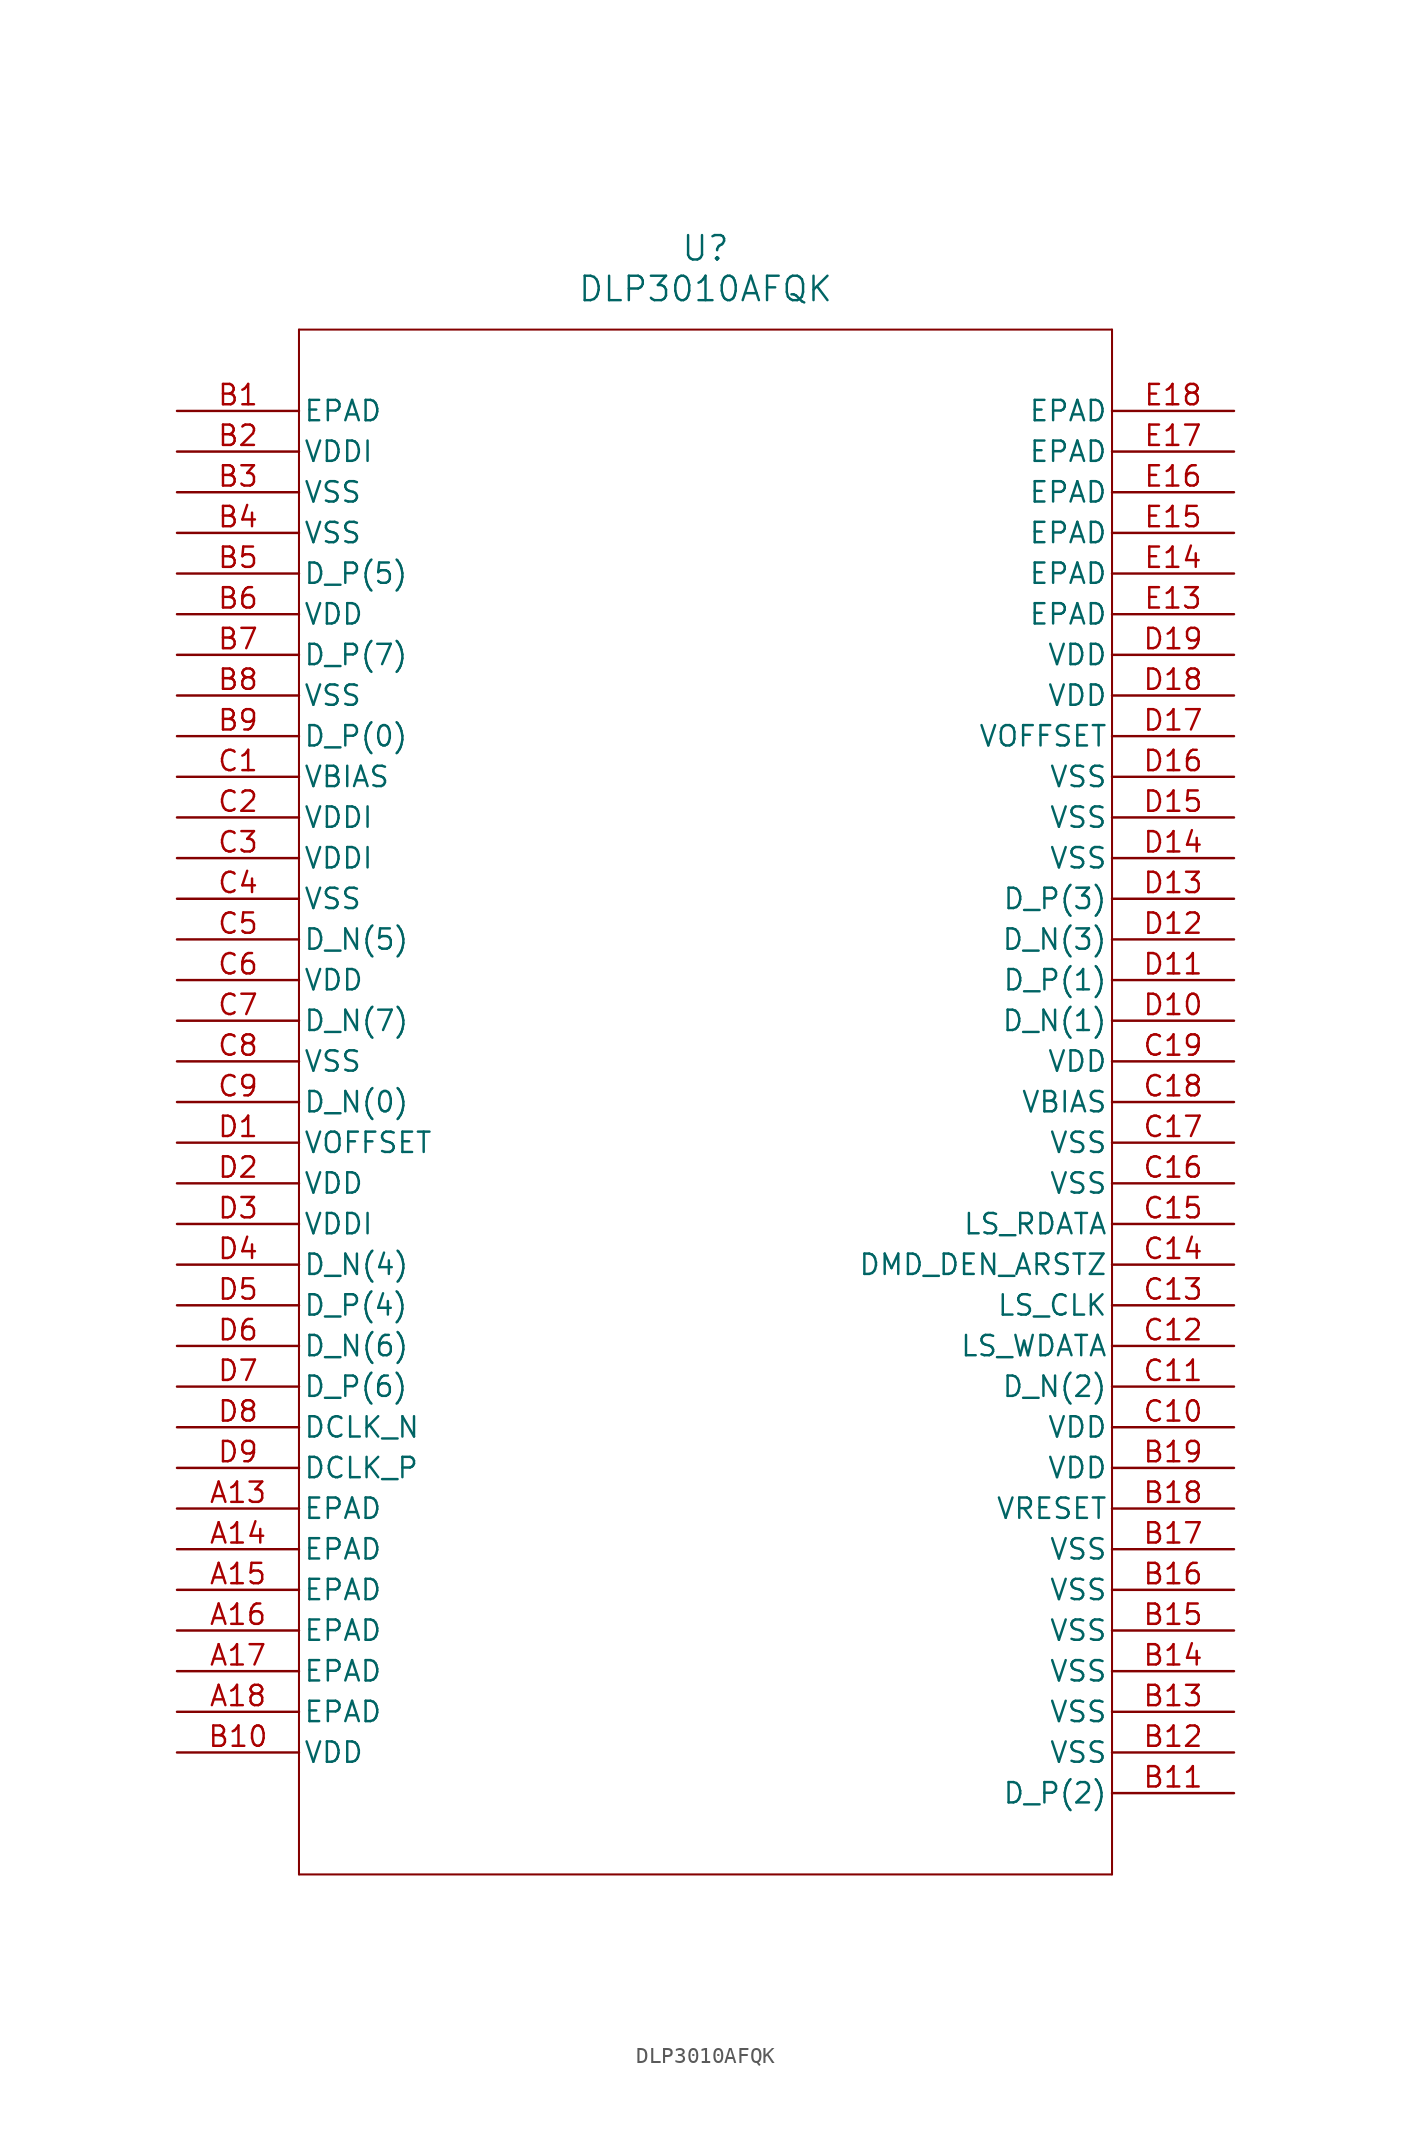
<source format=kicad_sym>
(kicad_symbol_lib
  (version 20211014)
  (generator kicad_symbol_editor)
  (symbol "DLP3010AFQK"
    (pin_names
      (offset 0.254))
    (property "Reference" "U"
      (at 33.02 10.16 0)
      (effects (font (size 1.524 1.524))))
    (property "Value" "DLP3010AFQK"
      (at 33.02 7.62 0)
      (effects (font (size 1.524 1.524))))
    (polyline
      (pts (xy 7.62 5.08) (xy 7.62 -91.44))
      (stroke (width 0.127) (type default) (color 0 0 0 0))
      (fill (type none)))
    (polyline
      (pts (xy 7.62 -91.44) (xy 58.42 -91.44))
      (stroke (width 0.127) (type default) (color 0 0 0 0))
      (fill (type none)))
    (polyline
      (pts (xy 58.42 -91.44) (xy 58.42 5.08))
      (stroke (width 0.127) (type default) (color 0 0 0 0))
      (fill (type none)))
    (polyline
      (pts (xy 58.42 5.08) (xy 7.62 5.08))
      (stroke (width 0.127) (type default) (color 0 0 0 0))
      (fill (type none)))
    (pin unspecified line
      (at 0 0 0)
      (length 7.62)
      (name "EPAD" (effects (font (size 1.27 1.27))))
      (number "B1" (effects (font (size 1.27 1.27)))))
    (pin power_in line
      (at 0 -2.54 0)
      (length 7.62)
      (name "VDDI" (effects (font (size 1.27 1.27))))
      (number "B2" (effects (font (size 1.27 1.27)))))
    (pin power_in line
      (at 0 -5.08 0)
      (length 7.62)
      (name "VSS" (effects (font (size 1.27 1.27))))
      (number "B3" (effects (font (size 1.27 1.27)))))
    (pin power_in line
      (at 0 -7.62 0)
      (length 7.62)
      (name "VSS" (effects (font (size 1.27 1.27))))
      (number "B4" (effects (font (size 1.27 1.27)))))
    (pin input line
      (at 0 -10.16 0)
      (length 7.62)
      (name "D_P(5)" (effects (font (size 1.27 1.27))))
      (number "B5" (effects (font (size 1.27 1.27)))))
    (pin power_in line
      (at 0 -12.7 0)
      (length 7.62)
      (name "VDD" (effects (font (size 1.27 1.27))))
      (number "B6" (effects (font (size 1.27 1.27)))))
    (pin input line
      (at 0 -15.24 0)
      (length 7.62)
      (name "D_P(7)" (effects (font (size 1.27 1.27))))
      (number "B7" (effects (font (size 1.27 1.27)))))
    (pin power_in line
      (at 0 -17.78 0)
      (length 7.62)
      (name "VSS" (effects (font (size 1.27 1.27))))
      (number "B8" (effects (font (size 1.27 1.27)))))
    (pin input line
      (at 0 -20.32 0)
      (length 7.62)
      (name "D_P(0)" (effects (font (size 1.27 1.27))))
      (number "B9" (effects (font (size 1.27 1.27)))))
    (pin power_in line
      (at 0 -22.86 0)
      (length 7.62)
      (name "VBIAS" (effects (font (size 1.27 1.27))))
      (number "C1" (effects (font (size 1.27 1.27)))))
    (pin power_in line
      (at 0 -25.4 0)
      (length 7.62)
      (name "VDDI" (effects (font (size 1.27 1.27))))
      (number "C2" (effects (font (size 1.27 1.27)))))
    (pin power_in line
      (at 0 -27.94 0)
      (length 7.62)
      (name "VDDI" (effects (font (size 1.27 1.27))))
      (number "C3" (effects (font (size 1.27 1.27)))))
    (pin power_in line
      (at 0 -30.48 0)
      (length 7.62)
      (name "VSS" (effects (font (size 1.27 1.27))))
      (number "C4" (effects (font (size 1.27 1.27)))))
    (pin input line
      (at 0 -33.02 0)
      (length 7.62)
      (name "D_N(5)" (effects (font (size 1.27 1.27))))
      (number "C5" (effects (font (size 1.27 1.27)))))
    (pin power_in line
      (at 0 -35.56 0)
      (length 7.62)
      (name "VDD" (effects (font (size 1.27 1.27))))
      (number "C6" (effects (font (size 1.27 1.27)))))
    (pin input line
      (at 0 -38.1 0)
      (length 7.62)
      (name "D_N(7)" (effects (font (size 1.27 1.27))))
      (number "C7" (effects (font (size 1.27 1.27)))))
    (pin power_in line
      (at 0 -40.64 0)
      (length 7.62)
      (name "VSS" (effects (font (size 1.27 1.27))))
      (number "C8" (effects (font (size 1.27 1.27)))))
    (pin input line
      (at 0 -43.18 0)
      (length 7.62)
      (name "D_N(0)" (effects (font (size 1.27 1.27))))
      (number "C9" (effects (font (size 1.27 1.27)))))
    (pin power_in line
      (at 0 -45.72 0)
      (length 7.62)
      (name "VOFFSET" (effects (font (size 1.27 1.27))))
      (number "D1" (effects (font (size 1.27 1.27)))))
    (pin power_in line
      (at 0 -48.26 0)
      (length 7.62)
      (name "VDD" (effects (font (size 1.27 1.27))))
      (number "D2" (effects (font (size 1.27 1.27)))))
    (pin power_in line
      (at 0 -50.8 0)
      (length 7.62)
      (name "VDDI" (effects (font (size 1.27 1.27))))
      (number "D3" (effects (font (size 1.27 1.27)))))
    (pin input line
      (at 0 -53.34 0)
      (length 7.62)
      (name "D_N(4)" (effects (font (size 1.27 1.27))))
      (number "D4" (effects (font (size 1.27 1.27)))))
    (pin input line
      (at 0 -55.88 0)
      (length 7.62)
      (name "D_P(4)" (effects (font (size 1.27 1.27))))
      (number "D5" (effects (font (size 1.27 1.27)))))
    (pin input line
      (at 0 -58.42 0)
      (length 7.62)
      (name "D_N(6)" (effects (font (size 1.27 1.27))))
      (number "D6" (effects (font (size 1.27 1.27)))))
    (pin input line
      (at 0 -60.96 0)
      (length 7.62)
      (name "D_P(6)" (effects (font (size 1.27 1.27))))
      (number "D7" (effects (font (size 1.27 1.27)))))
    (pin input line
      (at 0 -63.5 0)
      (length 7.62)
      (name "DCLK_N" (effects (font (size 1.27 1.27))))
      (number "D8" (effects (font (size 1.27 1.27)))))
    (pin input line
      (at 0 -66.04 0)
      (length 7.62)
      (name "DCLK_P" (effects (font (size 1.27 1.27))))
      (number "D9" (effects (font (size 1.27 1.27)))))
    (pin unspecified line
      (at 0 -68.58 0)
      (length 7.62)
      (name "EPAD" (effects (font (size 1.27 1.27))))
      (number "A13" (effects (font (size 1.27 1.27)))))
    (pin unspecified line
      (at 0 -71.12 0)
      (length 7.62)
      (name "EPAD" (effects (font (size 1.27 1.27))))
      (number "A14" (effects (font (size 1.27 1.27)))))
    (pin unspecified line
      (at 0 -73.66 0)
      (length 7.62)
      (name "EPAD" (effects (font (size 1.27 1.27))))
      (number "A15" (effects (font (size 1.27 1.27)))))
    (pin unspecified line
      (at 0 -76.2 0)
      (length 7.62)
      (name "EPAD" (effects (font (size 1.27 1.27))))
      (number "A16" (effects (font (size 1.27 1.27)))))
    (pin unspecified line
      (at 0 -78.74 0)
      (length 7.62)
      (name "EPAD" (effects (font (size 1.27 1.27))))
      (number "A17" (effects (font (size 1.27 1.27)))))
    (pin unspecified line
      (at 0 -81.28 0)
      (length 7.62)
      (name "EPAD" (effects (font (size 1.27 1.27))))
      (number "A18" (effects (font (size 1.27 1.27)))))
    (pin power_in line
      (at 0 -83.82 0)
      (length 7.62)
      (name "VDD" (effects (font (size 1.27 1.27))))
      (number "B10" (effects (font (size 1.27 1.27)))))
    (pin input line
      (at 66.04 -86.36 180)
      (length 7.62)
      (name "D_P(2)" (effects (font (size 1.27 1.27))))
      (number "B11" (effects (font (size 1.27 1.27)))))
    (pin power_in line
      (at 66.04 -83.82 180)
      (length 7.62)
      (name "VSS" (effects (font (size 1.27 1.27))))
      (number "B12" (effects (font (size 1.27 1.27)))))
    (pin power_in line
      (at 66.04 -81.28 180)
      (length 7.62)
      (name "VSS" (effects (font (size 1.27 1.27))))
      (number "B13" (effects (font (size 1.27 1.27)))))
    (pin power_in line
      (at 66.04 -78.74 180)
      (length 7.62)
      (name "VSS" (effects (font (size 1.27 1.27))))
      (number "B14" (effects (font (size 1.27 1.27)))))
    (pin power_in line
      (at 66.04 -76.2 180)
      (length 7.62)
      (name "VSS" (effects (font (size 1.27 1.27))))
      (number "B15" (effects (font (size 1.27 1.27)))))
    (pin power_in line
      (at 66.04 -73.66 180)
      (length 7.62)
      (name "VSS" (effects (font (size 1.27 1.27))))
      (number "B16" (effects (font (size 1.27 1.27)))))
    (pin power_in line
      (at 66.04 -71.12 180)
      (length 7.62)
      (name "VSS" (effects (font (size 1.27 1.27))))
      (number "B17" (effects (font (size 1.27 1.27)))))
    (pin power_in line
      (at 66.04 -68.58 180)
      (length 7.62)
      (name "VRESET" (effects (font (size 1.27 1.27))))
      (number "B18" (effects (font (size 1.27 1.27)))))
    (pin power_in line
      (at 66.04 -66.04 180)
      (length 7.62)
      (name "VDD" (effects (font (size 1.27 1.27))))
      (number "B19" (effects (font (size 1.27 1.27)))))
    (pin power_in line
      (at 66.04 -63.5 180)
      (length 7.62)
      (name "VDD" (effects (font (size 1.27 1.27))))
      (number "C10" (effects (font (size 1.27 1.27)))))
    (pin input line
      (at 66.04 -60.96 180)
      (length 7.62)
      (name "D_N(2)" (effects (font (size 1.27 1.27))))
      (number "C11" (effects (font (size 1.27 1.27)))))
    (pin input line
      (at 66.04 -58.42 180)
      (length 7.62)
      (name "LS_WDATA" (effects (font (size 1.27 1.27))))
      (number "C12" (effects (font (size 1.27 1.27)))))
    (pin input line
      (at 66.04 -55.88 180)
      (length 7.62)
      (name "LS_CLK" (effects (font (size 1.27 1.27))))
      (number "C13" (effects (font (size 1.27 1.27)))))
    (pin input line
      (at 66.04 -53.34 180)
      (length 7.62)
      (name "DMD_DEN_ARSTZ" (effects (font (size 1.27 1.27))))
      (number "C14" (effects (font (size 1.27 1.27)))))
    (pin output line
      (at 66.04 -50.8 180)
      (length 7.62)
      (name "LS_RDATA" (effects (font (size 1.27 1.27))))
      (number "C15" (effects (font (size 1.27 1.27)))))
    (pin power_in line
      (at 66.04 -48.26 180)
      (length 7.62)
      (name "VSS" (effects (font (size 1.27 1.27))))
      (number "C16" (effects (font (size 1.27 1.27)))))
    (pin power_in line
      (at 66.04 -45.72 180)
      (length 7.62)
      (name "VSS" (effects (font (size 1.27 1.27))))
      (number "C17" (effects (font (size 1.27 1.27)))))
    (pin power_in line
      (at 66.04 -43.18 180)
      (length 7.62)
      (name "VBIAS" (effects (font (size 1.27 1.27))))
      (number "C18" (effects (font (size 1.27 1.27)))))
    (pin power_in line
      (at 66.04 -40.64 180)
      (length 7.62)
      (name "VDD" (effects (font (size 1.27 1.27))))
      (number "C19" (effects (font (size 1.27 1.27)))))
    (pin input line
      (at 66.04 -38.1 180)
      (length 7.62)
      (name "D_N(1)" (effects (font (size 1.27 1.27))))
      (number "D10" (effects (font (size 1.27 1.27)))))
    (pin input line
      (at 66.04 -35.56 180)
      (length 7.62)
      (name "D_P(1)" (effects (font (size 1.27 1.27))))
      (number "D11" (effects (font (size 1.27 1.27)))))
    (pin input line
      (at 66.04 -33.02 180)
      (length 7.62)
      (name "D_N(3)" (effects (font (size 1.27 1.27))))
      (number "D12" (effects (font (size 1.27 1.27)))))
    (pin input line
      (at 66.04 -30.48 180)
      (length 7.62)
      (name "D_P(3)" (effects (font (size 1.27 1.27))))
      (number "D13" (effects (font (size 1.27 1.27)))))
    (pin power_in line
      (at 66.04 -27.94 180)
      (length 7.62)
      (name "VSS" (effects (font (size 1.27 1.27))))
      (number "D14" (effects (font (size 1.27 1.27)))))
    (pin power_in line
      (at 66.04 -25.4 180)
      (length 7.62)
      (name "VSS" (effects (font (size 1.27 1.27))))
      (number "D15" (effects (font (size 1.27 1.27)))))
    (pin power_in line
      (at 66.04 -22.86 180)
      (length 7.62)
      (name "VSS" (effects (font (size 1.27 1.27))))
      (number "D16" (effects (font (size 1.27 1.27)))))
    (pin power_in line
      (at 66.04 -20.32 180)
      (length 7.62)
      (name "VOFFSET" (effects (font (size 1.27 1.27))))
      (number "D17" (effects (font (size 1.27 1.27)))))
    (pin power_in line
      (at 66.04 -17.78 180)
      (length 7.62)
      (name "VDD" (effects (font (size 1.27 1.27))))
      (number "D18" (effects (font (size 1.27 1.27)))))
    (pin power_in line
      (at 66.04 -15.24 180)
      (length 7.62)
      (name "VDD" (effects (font (size 1.27 1.27))))
      (number "D19" (effects (font (size 1.27 1.27)))))
    (pin unspecified line
      (at 66.04 -12.7 180)
      (length 7.62)
      (name "EPAD" (effects (font (size 1.27 1.27))))
      (number "E13" (effects (font (size 1.27 1.27)))))
    (pin unspecified line
      (at 66.04 -10.16 180)
      (length 7.62)
      (name "EPAD" (effects (font (size 1.27 1.27))))
      (number "E14" (effects (font (size 1.27 1.27)))))
    (pin unspecified line
      (at 66.04 -7.62 180)
      (length 7.62)
      (name "EPAD" (effects (font (size 1.27 1.27))))
      (number "E15" (effects (font (size 1.27 1.27)))))
    (pin unspecified line
      (at 66.04 -5.08 180)
      (length 7.62)
      (name "EPAD" (effects (font (size 1.27 1.27))))
      (number "E16" (effects (font (size 1.27 1.27)))))
    (pin unspecified line
      (at 66.04 -2.54 180)
      (length 7.62)
      (name "EPAD" (effects (font (size 1.27 1.27))))
      (number "E17" (effects (font (size 1.27 1.27)))))
    (pin unspecified line
      (at 66.04 0 180)
      (length 7.62)
      (name "EPAD" (effects (font (size 1.27 1.27))))
      (number "E18" (effects (font (size 1.27 1.27)))))))
</source>
